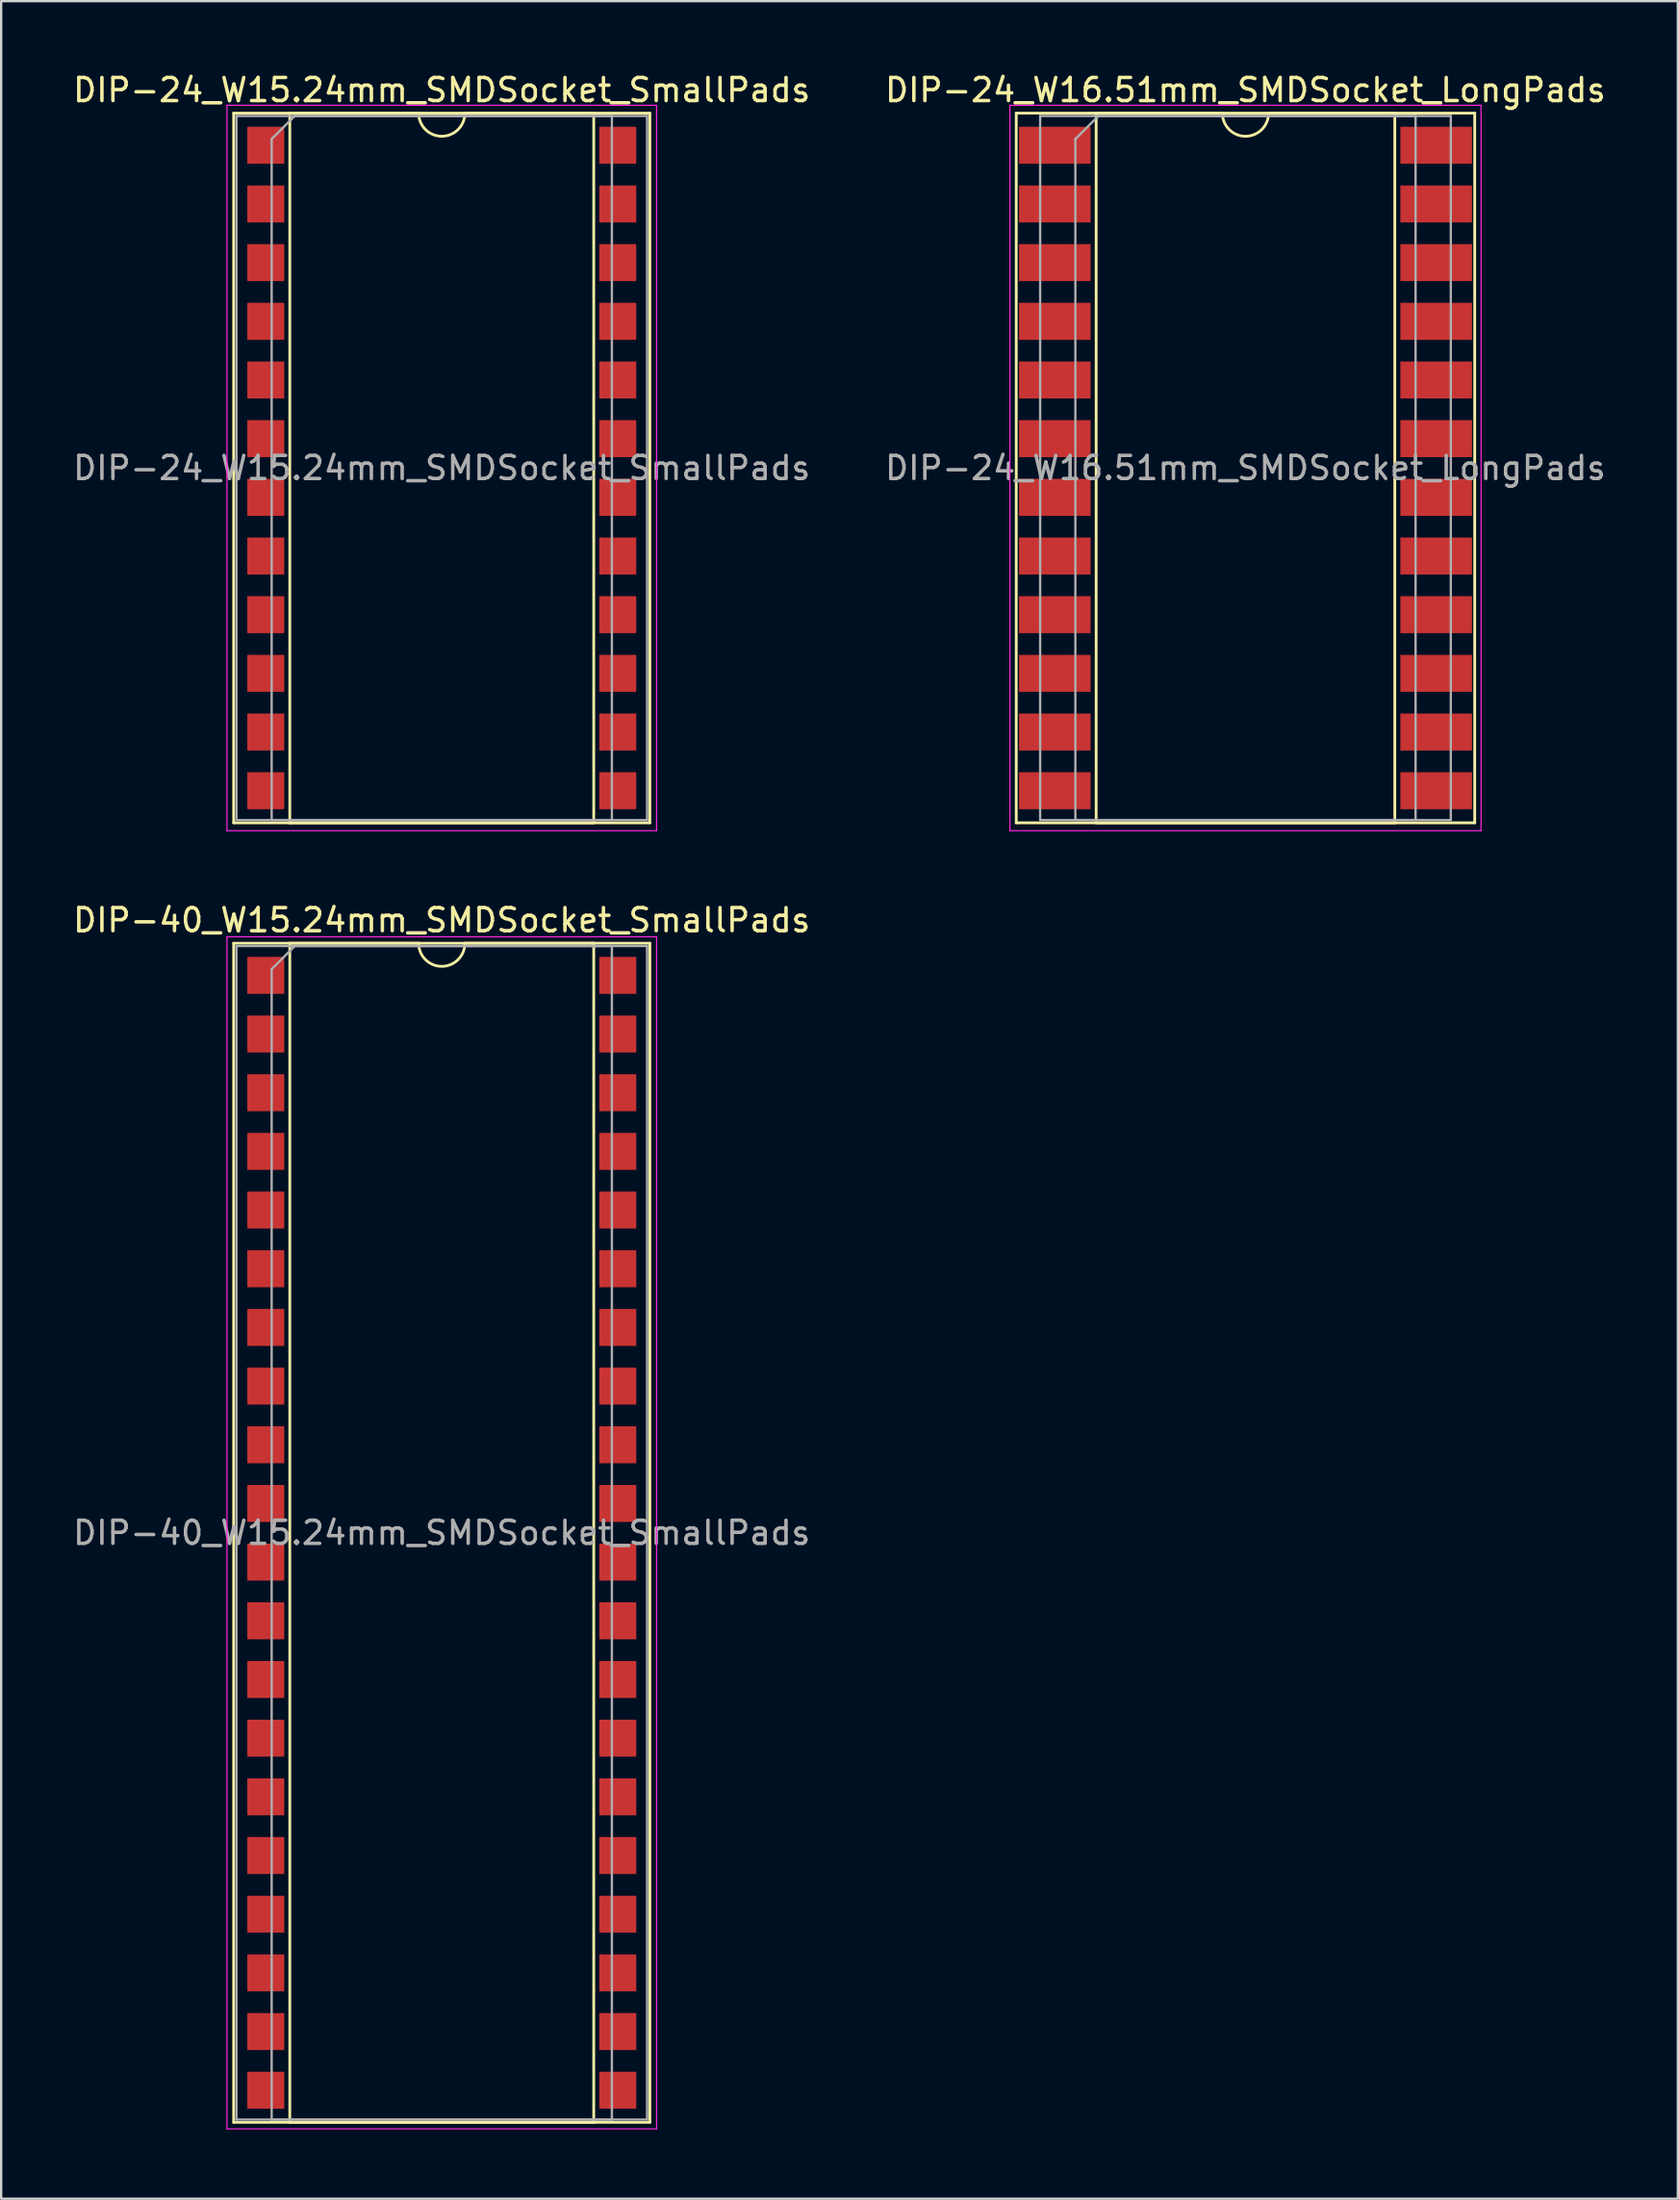
<source format=kicad_pcb>
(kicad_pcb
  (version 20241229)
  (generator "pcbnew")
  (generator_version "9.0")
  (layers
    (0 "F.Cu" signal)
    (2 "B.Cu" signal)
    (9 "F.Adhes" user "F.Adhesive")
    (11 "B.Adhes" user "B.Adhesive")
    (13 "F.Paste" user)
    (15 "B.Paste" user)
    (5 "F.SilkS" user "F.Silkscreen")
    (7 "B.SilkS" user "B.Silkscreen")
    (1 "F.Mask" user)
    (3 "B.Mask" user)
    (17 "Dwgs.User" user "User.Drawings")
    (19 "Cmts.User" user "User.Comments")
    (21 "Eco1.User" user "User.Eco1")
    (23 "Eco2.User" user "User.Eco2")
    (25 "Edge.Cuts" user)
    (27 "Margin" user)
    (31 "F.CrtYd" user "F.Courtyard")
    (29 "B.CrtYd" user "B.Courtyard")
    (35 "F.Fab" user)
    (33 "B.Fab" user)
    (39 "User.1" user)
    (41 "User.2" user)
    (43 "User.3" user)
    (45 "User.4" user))
  (footprint "DIP-40_W15.24mm_SMDSocket_SmallPads"
    (layer "F.Cu")
    (at 16.077 63.301)
    (property "Reference" "DIP-40_W15.24mm_SMDSocket_SmallPads" (at 0 -26.52 0) (layer "F.SilkS") (effects (font (size 1 1) (thickness 0.15))))
    (attr smd)
    (fp_line (start -9.01 -25.52) (end -9.01 25.52) (stroke (width 0.12) (type solid)) (layer "F.SilkS"))
    (fp_line (start -9.01 25.52) (end 9.01 25.52) (stroke (width 0.12) (type solid)) (layer "F.SilkS"))
    (fp_line (start -6.58 -25.52) (end -6.58 25.52) (stroke (width 0.12) (type solid)) (layer "F.SilkS"))
    (fp_line (start -6.58 25.52) (end 6.58 25.52) (stroke (width 0.12) (type solid)) (layer "F.SilkS"))
    (fp_line (start -1 -25.52) (end -6.58 -25.52) (stroke (width 0.12) (type solid)) (layer "F.SilkS"))
    (fp_line (start 6.58 -25.52) (end 1 -25.52) (stroke (width 0.12) (type solid)) (layer "F.SilkS"))
    (fp_line (start 6.58 25.52) (end 6.58 -25.52) (stroke (width 0.12) (type solid)) (layer "F.SilkS"))
    (fp_line (start 9.01 -25.52) (end -9.01 -25.52) (stroke (width 0.12) (type solid)) (layer "F.SilkS"))
    (fp_line (start 9.01 25.52) (end 9.01 -25.52) (stroke (width 0.12) (type solid)) (layer "F.SilkS"))
    (fp_arc (start 1 -25.52) (mid 0 -24.52) (end -1 -25.52) (stroke (width 0.12) (type solid)) (layer "F.SilkS"))
    (fp_line (start -9.3 -25.8) (end -9.3 25.8) (stroke (width 0.05) (type solid)) (layer "F.CrtYd"))
    (fp_line (start -9.3 25.8) (end 9.3 25.8) (stroke (width 0.05) (type solid)) (layer "F.CrtYd"))
    (fp_line (start 9.3 -25.8) (end -9.3 -25.8) (stroke (width 0.05) (type solid)) (layer "F.CrtYd"))
    (fp_line (start 9.3 25.8) (end 9.3 -25.8) (stroke (width 0.05) (type solid)) (layer "F.CrtYd"))
    (fp_line (start -8.89 -25.4) (end -8.89 25.4) (stroke (width 0.1) (type solid)) (layer "F.Fab"))
    (fp_line (start -8.89 25.4) (end 8.89 25.4) (stroke (width 0.1) (type solid)) (layer "F.Fab"))
    (fp_line (start -7.365 -24.4) (end -6.365 -25.4) (stroke (width 0.1) (type solid)) (layer "F.Fab"))
    (fp_line (start -7.365 25.4) (end -7.365 -24.4) (stroke (width 0.1) (type solid)) (layer "F.Fab"))
    (fp_line (start -6.365 -25.4) (end 7.365 -25.4) (stroke (width 0.1) (type solid)) (layer "F.Fab"))
    (fp_line (start 7.365 -25.4) (end 7.365 25.4) (stroke (width 0.1) (type solid)) (layer "F.Fab"))
    (fp_line (start 7.365 25.4) (end -7.365 25.4) (stroke (width 0.1) (type solid)) (layer "F.Fab"))
    (fp_line (start 8.89 -25.4) (end -8.89 -25.4) (stroke (width 0.1) (type solid)) (layer "F.Fab"))
    (fp_line (start 8.89 25.4) (end 8.89 -25.4) (stroke (width 0.1) (type solid)) (layer "F.Fab"))
    (fp_text user "${REFERENCE}" (at 0 0 0) (layer "F.Fab") (effects (font (size 1 1) (thickness 0.15))))
    (pad "1" smd rect (at -7.62 -24.13) (size 1.6 1.6) (layers "F.Cu" "F.Mask" "F.Paste"))
    (pad "2" smd rect (at -7.62 -21.59) (size 1.6 1.6) (layers "F.Cu" "F.Mask" "F.Paste"))
    (pad "3" smd rect (at -7.62 -19.05) (size 1.6 1.6) (layers "F.Cu" "F.Mask" "F.Paste"))
    (pad "4" smd rect (at -7.62 -16.51) (size 1.6 1.6) (layers "F.Cu" "F.Mask" "F.Paste"))
    (pad "5" smd rect (at -7.62 -13.97) (size 1.6 1.6) (layers "F.Cu" "F.Mask" "F.Paste"))
    (pad "6" smd rect (at -7.62 -11.43) (size 1.6 1.6) (layers "F.Cu" "F.Mask" "F.Paste"))
    (pad "7" smd rect (at -7.62 -8.89) (size 1.6 1.6) (layers "F.Cu" "F.Mask" "F.Paste"))
    (pad "8" smd rect (at -7.62 -6.35) (size 1.6 1.6) (layers "F.Cu" "F.Mask" "F.Paste"))
    (pad "9" smd rect (at -7.62 -3.81) (size 1.6 1.6) (layers "F.Cu" "F.Mask" "F.Paste"))
    (pad "10" smd rect (at -7.62 -1.27) (size 1.6 1.6) (layers "F.Cu" "F.Mask" "F.Paste"))
    (pad "11" smd rect (at -7.62 1.27) (size 1.6 1.6) (layers "F.Cu" "F.Mask" "F.Paste"))
    (pad "12" smd rect (at -7.62 3.81) (size 1.6 1.6) (layers "F.Cu" "F.Mask" "F.Paste"))
    (pad "13" smd rect (at -7.62 6.35) (size 1.6 1.6) (layers "F.Cu" "F.Mask" "F.Paste"))
    (pad "14" smd rect (at -7.62 8.89) (size 1.6 1.6) (layers "F.Cu" "F.Mask" "F.Paste"))
    (pad "15" smd rect (at -7.62 11.43) (size 1.6 1.6) (layers "F.Cu" "F.Mask" "F.Paste"))
    (pad "16" smd rect (at -7.62 13.97) (size 1.6 1.6) (layers "F.Cu" "F.Mask" "F.Paste"))
    (pad "17" smd rect (at -7.62 16.51) (size 1.6 1.6) (layers "F.Cu" "F.Mask" "F.Paste"))
    (pad "18" smd rect (at -7.62 19.05) (size 1.6 1.6) (layers "F.Cu" "F.Mask" "F.Paste"))
    (pad "19" smd rect (at -7.62 21.59) (size 1.6 1.6) (layers "F.Cu" "F.Mask" "F.Paste"))
    (pad "20" smd rect (at -7.62 24.13) (size 1.6 1.6) (layers "F.Cu" "F.Mask" "F.Paste"))
    (pad "21" smd rect (at 7.62 24.13) (size 1.6 1.6) (layers "F.Cu" "F.Mask" "F.Paste"))
    (pad "22" smd rect (at 7.62 21.59) (size 1.6 1.6) (layers "F.Cu" "F.Mask" "F.Paste"))
    (pad "23" smd rect (at 7.62 19.05) (size 1.6 1.6) (layers "F.Cu" "F.Mask" "F.Paste"))
    (pad "24" smd rect (at 7.62 16.51) (size 1.6 1.6) (layers "F.Cu" "F.Mask" "F.Paste"))
    (pad "25" smd rect (at 7.62 13.97) (size 1.6 1.6) (layers "F.Cu" "F.Mask" "F.Paste"))
    (pad "26" smd rect (at 7.62 11.43) (size 1.6 1.6) (layers "F.Cu" "F.Mask" "F.Paste"))
    (pad "27" smd rect (at 7.62 8.89) (size 1.6 1.6) (layers "F.Cu" "F.Mask" "F.Paste"))
    (pad "28" smd rect (at 7.62 6.35) (size 1.6 1.6) (layers "F.Cu" "F.Mask" "F.Paste"))
    (pad "29" smd rect (at 7.62 3.81) (size 1.6 1.6) (layers "F.Cu" "F.Mask" "F.Paste"))
    (pad "30" smd rect (at 7.62 1.27) (size 1.6 1.6) (layers "F.Cu" "F.Mask" "F.Paste"))
    (pad "31" smd rect (at 7.62 -1.27) (size 1.6 1.6) (layers "F.Cu" "F.Mask" "F.Paste"))
    (pad "32" smd rect (at 7.62 -3.81) (size 1.6 1.6) (layers "F.Cu" "F.Mask" "F.Paste"))
    (pad "33" smd rect (at 7.62 -6.35) (size 1.6 1.6) (layers "F.Cu" "F.Mask" "F.Paste"))
    (pad "34" smd rect (at 7.62 -8.89) (size 1.6 1.6) (layers "F.Cu" "F.Mask" "F.Paste"))
    (pad "35" smd rect (at 7.62 -11.43) (size 1.6 1.6) (layers "F.Cu" "F.Mask" "F.Paste"))
    (pad "36" smd rect (at 7.62 -13.97) (size 1.6 1.6) (layers "F.Cu" "F.Mask" "F.Paste"))
    (pad "37" smd rect (at 7.62 -16.51) (size 1.6 1.6) (layers "F.Cu" "F.Mask" "F.Paste"))
    (pad "38" smd rect (at 7.62 -19.05) (size 1.6 1.6) (layers "F.Cu" "F.Mask" "F.Paste"))
    (pad "39" smd rect (at 7.62 -21.59) (size 1.6 1.6) (layers "F.Cu" "F.Mask" "F.Paste"))
    (pad "40" smd rect (at 7.62 -24.13) (size 1.6 1.6) (layers "F.Cu" "F.Mask" "F.Paste")))
  (footprint "DIP-24_W16.51mm_SMDSocket_LongPads"
    (layer "F.Cu")
    (at 50.875 17.208)
    (property "Reference" "DIP-24_W16.51mm_SMDSocket_LongPads" (at 0 -16.36 0) (layer "F.SilkS") (effects (font (size 1 1) (thickness 0.15))))
    (attr smd)
    (fp_line (start -9.925 -15.36) (end -9.925 15.36) (stroke (width 0.12) (type solid)) (layer "F.SilkS"))
    (fp_line (start -9.925 15.36) (end 9.925 15.36) (stroke (width 0.12) (type solid)) (layer "F.SilkS"))
    (fp_line (start -6.465 -15.36) (end -6.465 15.36) (stroke (width 0.12) (type solid)) (layer "F.SilkS"))
    (fp_line (start -6.465 15.36) (end 6.465 15.36) (stroke (width 0.12) (type solid)) (layer "F.SilkS"))
    (fp_line (start -1 -15.36) (end -6.465 -15.36) (stroke (width 0.12) (type solid)) (layer "F.SilkS"))
    (fp_line (start 6.465 -15.36) (end 1 -15.36) (stroke (width 0.12) (type solid)) (layer "F.SilkS"))
    (fp_line (start 6.465 15.36) (end 6.465 -15.36) (stroke (width 0.12) (type solid)) (layer "F.SilkS"))
    (fp_line (start 9.925 -15.36) (end -9.925 -15.36) (stroke (width 0.12) (type solid)) (layer "F.SilkS"))
    (fp_line (start 9.925 15.36) (end 9.925 -15.36) (stroke (width 0.12) (type solid)) (layer "F.SilkS"))
    (fp_arc (start 1 -15.36) (mid 0 -14.36) (end -1 -15.36) (stroke (width 0.12) (type solid)) (layer "F.SilkS"))
    (fp_line (start -10.2 -15.7) (end -10.2 15.7) (stroke (width 0.05) (type solid)) (layer "F.CrtYd"))
    (fp_line (start -10.2 15.7) (end 10.2 15.7) (stroke (width 0.05) (type solid)) (layer "F.CrtYd"))
    (fp_line (start 10.2 -15.7) (end -10.2 -15.7) (stroke (width 0.05) (type solid)) (layer "F.CrtYd"))
    (fp_line (start 10.2 15.7) (end 10.2 -15.7) (stroke (width 0.05) (type solid)) (layer "F.CrtYd"))
    (fp_line (start -8.89 -15.24) (end -8.89 15.24) (stroke (width 0.1) (type solid)) (layer "F.Fab"))
    (fp_line (start -8.89 15.24) (end 8.89 15.24) (stroke (width 0.1) (type solid)) (layer "F.Fab"))
    (fp_line (start -7.365 -14.24) (end -6.365 -15.24) (stroke (width 0.1) (type solid)) (layer "F.Fab"))
    (fp_line (start -7.365 15.24) (end -7.365 -14.24) (stroke (width 0.1) (type solid)) (layer "F.Fab"))
    (fp_line (start -6.365 -15.24) (end 7.365 -15.24) (stroke (width 0.1) (type solid)) (layer "F.Fab"))
    (fp_line (start 7.365 -15.24) (end 7.365 15.24) (stroke (width 0.1) (type solid)) (layer "F.Fab"))
    (fp_line (start 7.365 15.24) (end -7.365 15.24) (stroke (width 0.1) (type solid)) (layer "F.Fab"))
    (fp_line (start 8.89 -15.24) (end -8.89 -15.24) (stroke (width 0.1) (type solid)) (layer "F.Fab"))
    (fp_line (start 8.89 15.24) (end 8.89 -15.24) (stroke (width 0.1) (type solid)) (layer "F.Fab"))
    (fp_text user "${REFERENCE}" (at 0 0 0) (layer "F.Fab") (effects (font (size 1 1) (thickness 0.15))))
    (pad "1" smd rect (at -8.255 -13.97) (size 3.1 1.6) (layers "F.Cu" "F.Mask" "F.Paste"))
    (pad "2" smd rect (at -8.255 -11.43) (size 3.1 1.6) (layers "F.Cu" "F.Mask" "F.Paste"))
    (pad "3" smd rect (at -8.255 -8.89) (size 3.1 1.6) (layers "F.Cu" "F.Mask" "F.Paste"))
    (pad "4" smd rect (at -8.255 -6.35) (size 3.1 1.6) (layers "F.Cu" "F.Mask" "F.Paste"))
    (pad "5" smd rect (at -8.255 -3.81) (size 3.1 1.6) (layers "F.Cu" "F.Mask" "F.Paste"))
    (pad "6" smd rect (at -8.255 -1.27) (size 3.1 1.6) (layers "F.Cu" "F.Mask" "F.Paste"))
    (pad "7" smd rect (at -8.255 1.27) (size 3.1 1.6) (layers "F.Cu" "F.Mask" "F.Paste"))
    (pad "8" smd rect (at -8.255 3.81) (size 3.1 1.6) (layers "F.Cu" "F.Mask" "F.Paste"))
    (pad "9" smd rect (at -8.255 6.35) (size 3.1 1.6) (layers "F.Cu" "F.Mask" "F.Paste"))
    (pad "10" smd rect (at -8.255 8.89) (size 3.1 1.6) (layers "F.Cu" "F.Mask" "F.Paste"))
    (pad "11" smd rect (at -8.255 11.43) (size 3.1 1.6) (layers "F.Cu" "F.Mask" "F.Paste"))
    (pad "12" smd rect (at -8.255 13.97) (size 3.1 1.6) (layers "F.Cu" "F.Mask" "F.Paste"))
    (pad "13" smd rect (at 8.255 13.97) (size 3.1 1.6) (layers "F.Cu" "F.Mask" "F.Paste"))
    (pad "14" smd rect (at 8.255 11.43) (size 3.1 1.6) (layers "F.Cu" "F.Mask" "F.Paste"))
    (pad "15" smd rect (at 8.255 8.89) (size 3.1 1.6) (layers "F.Cu" "F.Mask" "F.Paste"))
    (pad "16" smd rect (at 8.255 6.35) (size 3.1 1.6) (layers "F.Cu" "F.Mask" "F.Paste"))
    (pad "17" smd rect (at 8.255 3.81) (size 3.1 1.6) (layers "F.Cu" "F.Mask" "F.Paste"))
    (pad "18" smd rect (at 8.255 1.27) (size 3.1 1.6) (layers "F.Cu" "F.Mask" "F.Paste"))
    (pad "19" smd rect (at 8.255 -1.27) (size 3.1 1.6) (layers "F.Cu" "F.Mask" "F.Paste"))
    (pad "20" smd rect (at 8.255 -3.81) (size 3.1 1.6) (layers "F.Cu" "F.Mask" "F.Paste"))
    (pad "21" smd rect (at 8.255 -6.35) (size 3.1 1.6) (layers "F.Cu" "F.Mask" "F.Paste"))
    (pad "22" smd rect (at 8.255 -8.89) (size 3.1 1.6) (layers "F.Cu" "F.Mask" "F.Paste"))
    (pad "23" smd rect (at 8.255 -11.43) (size 3.1 1.6) (layers "F.Cu" "F.Mask" "F.Paste"))
    (pad "24" smd rect (at 8.255 -13.97) (size 3.1 1.6) (layers "F.Cu" "F.Mask" "F.Paste")))
  (footprint "DIP-24_W15.24mm_SMDSocket_SmallPads"
    (layer "F.Cu")
    (at 16.077 17.208)
    (property "Reference" "DIP-24_W15.24mm_SMDSocket_SmallPads" (at 0 -16.36 0) (layer "F.SilkS") (effects (font (size 1 1) (thickness 0.15))))
    (attr smd)
    (fp_line (start -9.01 -15.36) (end -9.01 15.36) (stroke (width 0.12) (type solid)) (layer "F.SilkS"))
    (fp_line (start -9.01 15.36) (end 9.01 15.36) (stroke (width 0.12) (type solid)) (layer "F.SilkS"))
    (fp_line (start -6.58 -15.36) (end -6.58 15.36) (stroke (width 0.12) (type solid)) (layer "F.SilkS"))
    (fp_line (start -6.58 15.36) (end 6.58 15.36) (stroke (width 0.12) (type solid)) (layer "F.SilkS"))
    (fp_line (start -1 -15.36) (end -6.58 -15.36) (stroke (width 0.12) (type solid)) (layer "F.SilkS"))
    (fp_line (start 6.58 -15.36) (end 1 -15.36) (stroke (width 0.12) (type solid)) (layer "F.SilkS"))
    (fp_line (start 6.58 15.36) (end 6.58 -15.36) (stroke (width 0.12) (type solid)) (layer "F.SilkS"))
    (fp_line (start 9.01 -15.36) (end -9.01 -15.36) (stroke (width 0.12) (type solid)) (layer "F.SilkS"))
    (fp_line (start 9.01 15.36) (end 9.01 -15.36) (stroke (width 0.12) (type solid)) (layer "F.SilkS"))
    (fp_arc (start 1 -15.36) (mid 0 -14.36) (end -1 -15.36) (stroke (width 0.12) (type solid)) (layer "F.SilkS"))
    (fp_line (start -9.3 -15.7) (end -9.3 15.7) (stroke (width 0.05) (type solid)) (layer "F.CrtYd"))
    (fp_line (start -9.3 15.7) (end 9.3 15.7) (stroke (width 0.05) (type solid)) (layer "F.CrtYd"))
    (fp_line (start 9.3 -15.7) (end -9.3 -15.7) (stroke (width 0.05) (type solid)) (layer "F.CrtYd"))
    (fp_line (start 9.3 15.7) (end 9.3 -15.7) (stroke (width 0.05) (type solid)) (layer "F.CrtYd"))
    (fp_line (start -8.89 -15.24) (end -8.89 15.24) (stroke (width 0.1) (type solid)) (layer "F.Fab"))
    (fp_line (start -8.89 15.24) (end 8.89 15.24) (stroke (width 0.1) (type solid)) (layer "F.Fab"))
    (fp_line (start -7.365 -14.24) (end -6.365 -15.24) (stroke (width 0.1) (type solid)) (layer "F.Fab"))
    (fp_line (start -7.365 15.24) (end -7.365 -14.24) (stroke (width 0.1) (type solid)) (layer "F.Fab"))
    (fp_line (start -6.365 -15.24) (end 7.365 -15.24) (stroke (width 0.1) (type solid)) (layer "F.Fab"))
    (fp_line (start 7.365 -15.24) (end 7.365 15.24) (stroke (width 0.1) (type solid)) (layer "F.Fab"))
    (fp_line (start 7.365 15.24) (end -7.365 15.24) (stroke (width 0.1) (type solid)) (layer "F.Fab"))
    (fp_line (start 8.89 -15.24) (end -8.89 -15.24) (stroke (width 0.1) (type solid)) (layer "F.Fab"))
    (fp_line (start 8.89 15.24) (end 8.89 -15.24) (stroke (width 0.1) (type solid)) (layer "F.Fab"))
    (fp_text user "${REFERENCE}" (at 0 0 0) (layer "F.Fab") (effects (font (size 1 1) (thickness 0.15))))
    (pad "1" smd rect (at -7.62 -13.97) (size 1.6 1.6) (layers "F.Cu" "F.Mask" "F.Paste"))
    (pad "2" smd rect (at -7.62 -11.43) (size 1.6 1.6) (layers "F.Cu" "F.Mask" "F.Paste"))
    (pad "3" smd rect (at -7.62 -8.89) (size 1.6 1.6) (layers "F.Cu" "F.Mask" "F.Paste"))
    (pad "4" smd rect (at -7.62 -6.35) (size 1.6 1.6) (layers "F.Cu" "F.Mask" "F.Paste"))
    (pad "5" smd rect (at -7.62 -3.81) (size 1.6 1.6) (layers "F.Cu" "F.Mask" "F.Paste"))
    (pad "6" smd rect (at -7.62 -1.27) (size 1.6 1.6) (layers "F.Cu" "F.Mask" "F.Paste"))
    (pad "7" smd rect (at -7.62 1.27) (size 1.6 1.6) (layers "F.Cu" "F.Mask" "F.Paste"))
    (pad "8" smd rect (at -7.62 3.81) (size 1.6 1.6) (layers "F.Cu" "F.Mask" "F.Paste"))
    (pad "9" smd rect (at -7.62 6.35) (size 1.6 1.6) (layers "F.Cu" "F.Mask" "F.Paste"))
    (pad "10" smd rect (at -7.62 8.89) (size 1.6 1.6) (layers "F.Cu" "F.Mask" "F.Paste"))
    (pad "11" smd rect (at -7.62 11.43) (size 1.6 1.6) (layers "F.Cu" "F.Mask" "F.Paste"))
    (pad "12" smd rect (at -7.62 13.97) (size 1.6 1.6) (layers "F.Cu" "F.Mask" "F.Paste"))
    (pad "13" smd rect (at 7.62 13.97) (size 1.6 1.6) (layers "F.Cu" "F.Mask" "F.Paste"))
    (pad "14" smd rect (at 7.62 11.43) (size 1.6 1.6) (layers "F.Cu" "F.Mask" "F.Paste"))
    (pad "15" smd rect (at 7.62 8.89) (size 1.6 1.6) (layers "F.Cu" "F.Mask" "F.Paste"))
    (pad "16" smd rect (at 7.62 6.35) (size 1.6 1.6) (layers "F.Cu" "F.Mask" "F.Paste"))
    (pad "17" smd rect (at 7.62 3.81) (size 1.6 1.6) (layers "F.Cu" "F.Mask" "F.Paste"))
    (pad "18" smd rect (at 7.62 1.27) (size 1.6 1.6) (layers "F.Cu" "F.Mask" "F.Paste"))
    (pad "19" smd rect (at 7.62 -1.27) (size 1.6 1.6) (layers "F.Cu" "F.Mask" "F.Paste"))
    (pad "20" smd rect (at 7.62 -3.81) (size 1.6 1.6) (layers "F.Cu" "F.Mask" "F.Paste"))
    (pad "21" smd rect (at 7.62 -6.35) (size 1.6 1.6) (layers "F.Cu" "F.Mask" "F.Paste"))
    (pad "22" smd rect (at 7.62 -8.89) (size 1.6 1.6) (layers "F.Cu" "F.Mask" "F.Paste"))
    (pad "23" smd rect (at 7.62 -11.43) (size 1.6 1.6) (layers "F.Cu" "F.Mask" "F.Paste"))
    (pad "24" smd rect (at 7.62 -13.97) (size 1.6 1.6) (layers "F.Cu" "F.Mask" "F.Paste")))
  (gr_rect
    (start -3 -3)
    (end 69.595 92.126)
    (stroke (width 0.1) (type default))
    (fill no)
    (layer "Edge.Cuts")))
</source>
